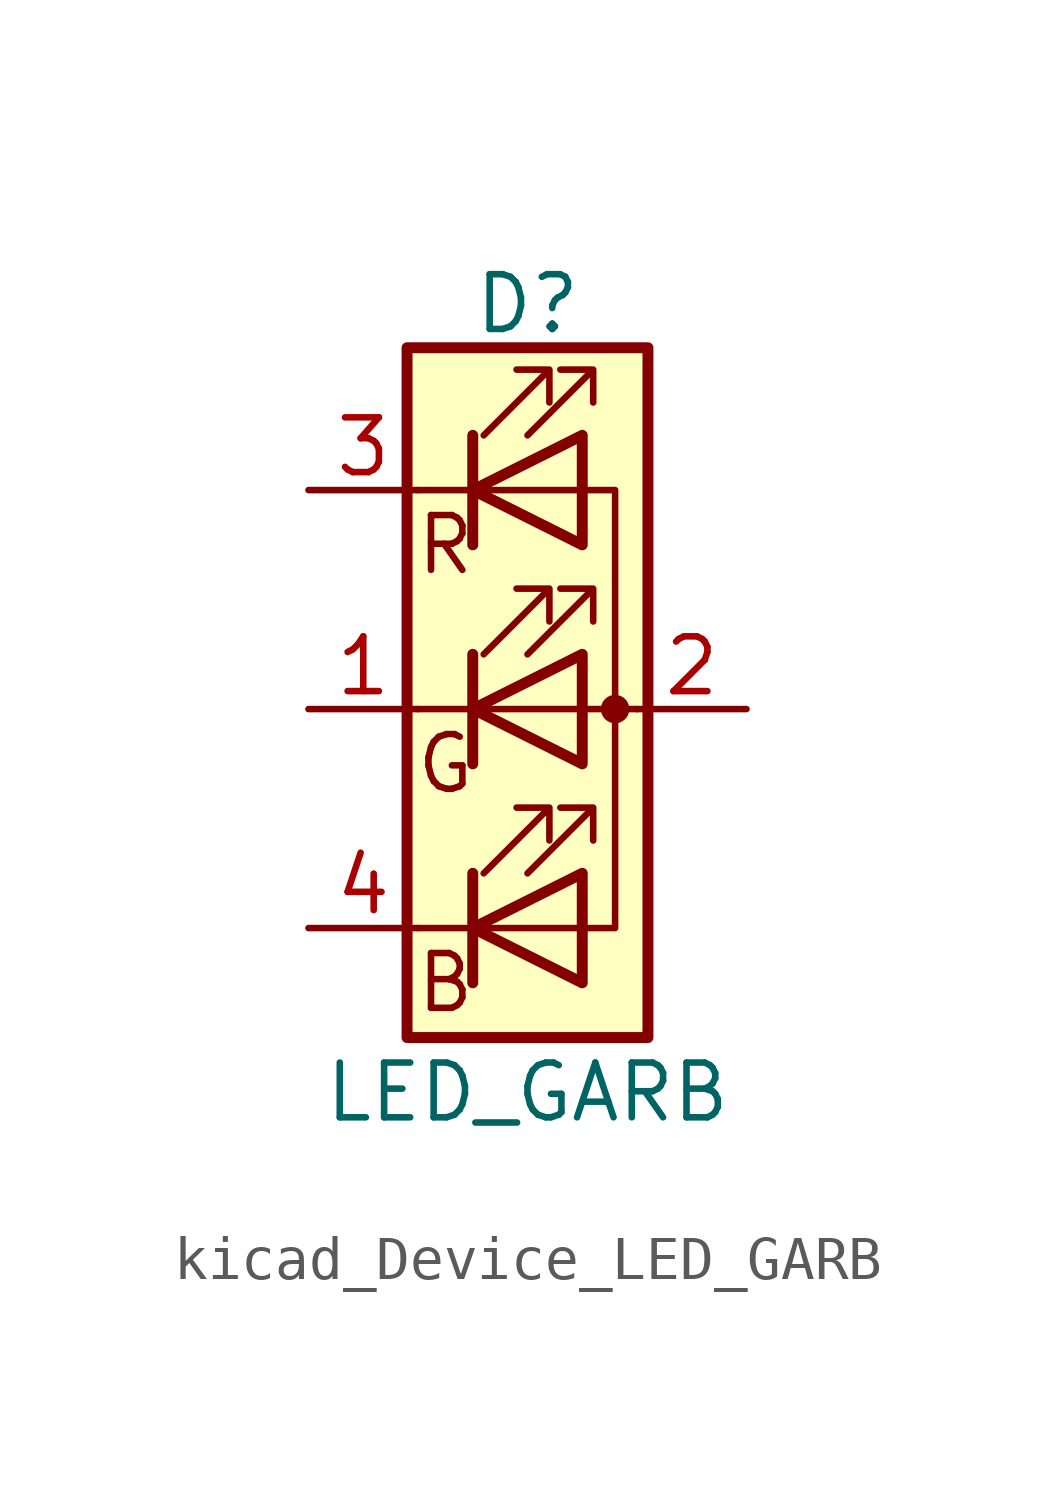
<source format=kicad_sym>
(kicad_symbol_lib
  (version 20220914)
  (generator kicad_symbol_editor)
  (symbol "kicad_Device_LED_GARB"
    (pin_names
      (offset 0) hide)
    (property "Reference" "D"
      (at 0 9.398 0)
      (effects (font (size 1.27 1.27))))
    (property "Value" "LED_GARB"
      (at 0 -8.89 0)
      (effects (font (size 1.27 1.27))))
    (symbol "kicad_Device_LED_GARB_0_0"
      (text "B" (at -1.905 -6.35 0) (effects (font (size 1.27 1.27))))
      (text "G" (at -1.905 -1.27 0) (effects (font (size 1.27 1.27))))
      (text "R" (at -1.905 3.81 0) (effects (font (size 1.27 1.27)))))
    (symbol "kicad_Device_LED_GARB_0_1"
      (polyline (pts (xy -1.27 -5.08) (xy -2.54 -5.08)) (stroke (width 0) (type default)) (fill (type none)))
      (polyline (pts (xy -1.27 -5.08) (xy 1.27 -5.08)) (stroke (width 0) (type default)) (fill (type none)))
      (polyline (pts (xy -1.27 -3.81) (xy -1.27 -6.35)) (stroke (width 0.254) (type default)) (fill (type none)))
      (polyline (pts (xy -1.27 0) (xy -2.54 0)) (stroke (width 0) (type default)) (fill (type none)))
      (polyline (pts (xy -1.27 1.27) (xy -1.27 -1.27)) (stroke (width 0.254) (type default)) (fill (type none)))
      (polyline (pts (xy -1.27 5.08) (xy -2.54 5.08)) (stroke (width 0) (type default)) (fill (type none)))
      (polyline (pts (xy -1.27 5.08) (xy 1.27 5.08)) (stroke (width 0) (type default)) (fill (type none)))
      (polyline (pts (xy -1.27 6.35) (xy -1.27 3.81)) (stroke (width 0.254) (type default)) (fill (type none)))
      (polyline (pts (xy 1.27 0) (xy -1.27 0)) (stroke (width 0) (type default)) (fill (type none)))
      (polyline (pts (xy 1.27 0) (xy 2.54 0)) (stroke (width 0) (type default)) (fill (type none)))
      (polyline (pts (xy -1.27 1.27) (xy -1.27 -1.27) (xy -1.27 -1.27)) (stroke (width 0) (type default)) (fill (type none)))
      (polyline (pts (xy -1.27 6.35) (xy -1.27 3.81) (xy -1.27 3.81)) (stroke (width 0) (type default)) (fill (type none)))
      (polyline (pts (xy 1.27 -5.08) (xy 2.032 -5.08) (xy 2.032 5.08) (xy 1.27 5.08)) (stroke (width 0) (type default)) (fill (type none)))
      (polyline (pts (xy 1.27 -3.81) (xy 1.27 -6.35) (xy -1.27 -5.08) (xy 1.27 -3.81)) (stroke (width 0.254) (type default)) (fill (type none)))
      (polyline (pts (xy 1.27 1.27) (xy 1.27 -1.27) (xy -1.27 0) (xy 1.27 1.27)) (stroke (width 0.254) (type default)) (fill (type none)))
      (polyline (pts (xy 1.27 6.35) (xy 1.27 3.81) (xy -1.27 5.08) (xy 1.27 6.35)) (stroke (width 0.254) (type default)) (fill (type none)))
      (polyline (pts (xy -1.016 -3.81) (xy 0.508 -2.286) (xy -0.254 -2.286) (xy 0.508 -2.286) (xy 0.508 -3.048)) (stroke (width 0) (type default)) (fill (type none)))
      (polyline (pts (xy -1.016 1.27) (xy 0.508 2.794) (xy -0.254 2.794) (xy 0.508 2.794) (xy 0.508 2.032)) (stroke (width 0) (type default)) (fill (type none)))
      (polyline (pts (xy -1.016 6.35) (xy 0.508 7.874) (xy -0.254 7.874) (xy 0.508 7.874) (xy 0.508 7.112)) (stroke (width 0) (type default)) (fill (type none)))
      (polyline (pts (xy 0 -3.81) (xy 1.524 -2.286) (xy 0.762 -2.286) (xy 1.524 -2.286) (xy 1.524 -3.048)) (stroke (width 0) (type default)) (fill (type none)))
      (polyline (pts (xy 0 1.27) (xy 1.524 2.794) (xy 0.762 2.794) (xy 1.524 2.794) (xy 1.524 2.032)) (stroke (width 0) (type default)) (fill (type none)))
      (polyline (pts (xy 0 6.35) (xy 1.524 7.874) (xy 0.762 7.874) (xy 1.524 7.874) (xy 1.524 7.112)) (stroke (width 0) (type default)) (fill (type none)))
      (rectangle (start 1.27 -1.27) (end 1.27 1.27) (stroke (width 0) (type default)) (fill (type none)))
      (rectangle (start 1.27 1.27) (end 1.27 1.27) (stroke (width 0) (type default)) (fill (type none)))
      (rectangle (start 1.27 3.81) (end 1.27 6.35) (stroke (width 0) (type default)) (fill (type none)))
      (rectangle (start 1.27 6.35) (end 1.27 6.35) (stroke (width 0) (type default)) (fill (type none)))
      (circle (center 2.032 0) (radius 0.254) (stroke (width 0) (type default)) (fill (type outline)))
      (rectangle (start 2.794 8.382) (end -2.794 -7.62) (stroke (width 0.254) (type default)) (fill (type background))))
    (symbol "kicad_Device_LED_GARB_1_1"
      (pin passive line (at -5.08 0 0) (length 2.54) (name "GK" (effects (font (size 1.27 1.27)))) (number "1" (effects (font (size 1.27 1.27)))))
      (pin passive line (at 5.08 0 180) (length 2.54) (name "A" (effects (font (size 1.27 1.27)))) (number "2" (effects (font (size 1.27 1.27)))))
      (pin passive line (at -5.08 5.08 0) (length 2.54) (name "RK" (effects (font (size 1.27 1.27)))) (number "3" (effects (font (size 1.27 1.27)))))
      (pin passive line (at -5.08 -5.08 0) (length 2.54) (name "BK" (effects (font (size 1.27 1.27)))) (number "4" (effects (font (size 1.27 1.27))))))))
</source>
